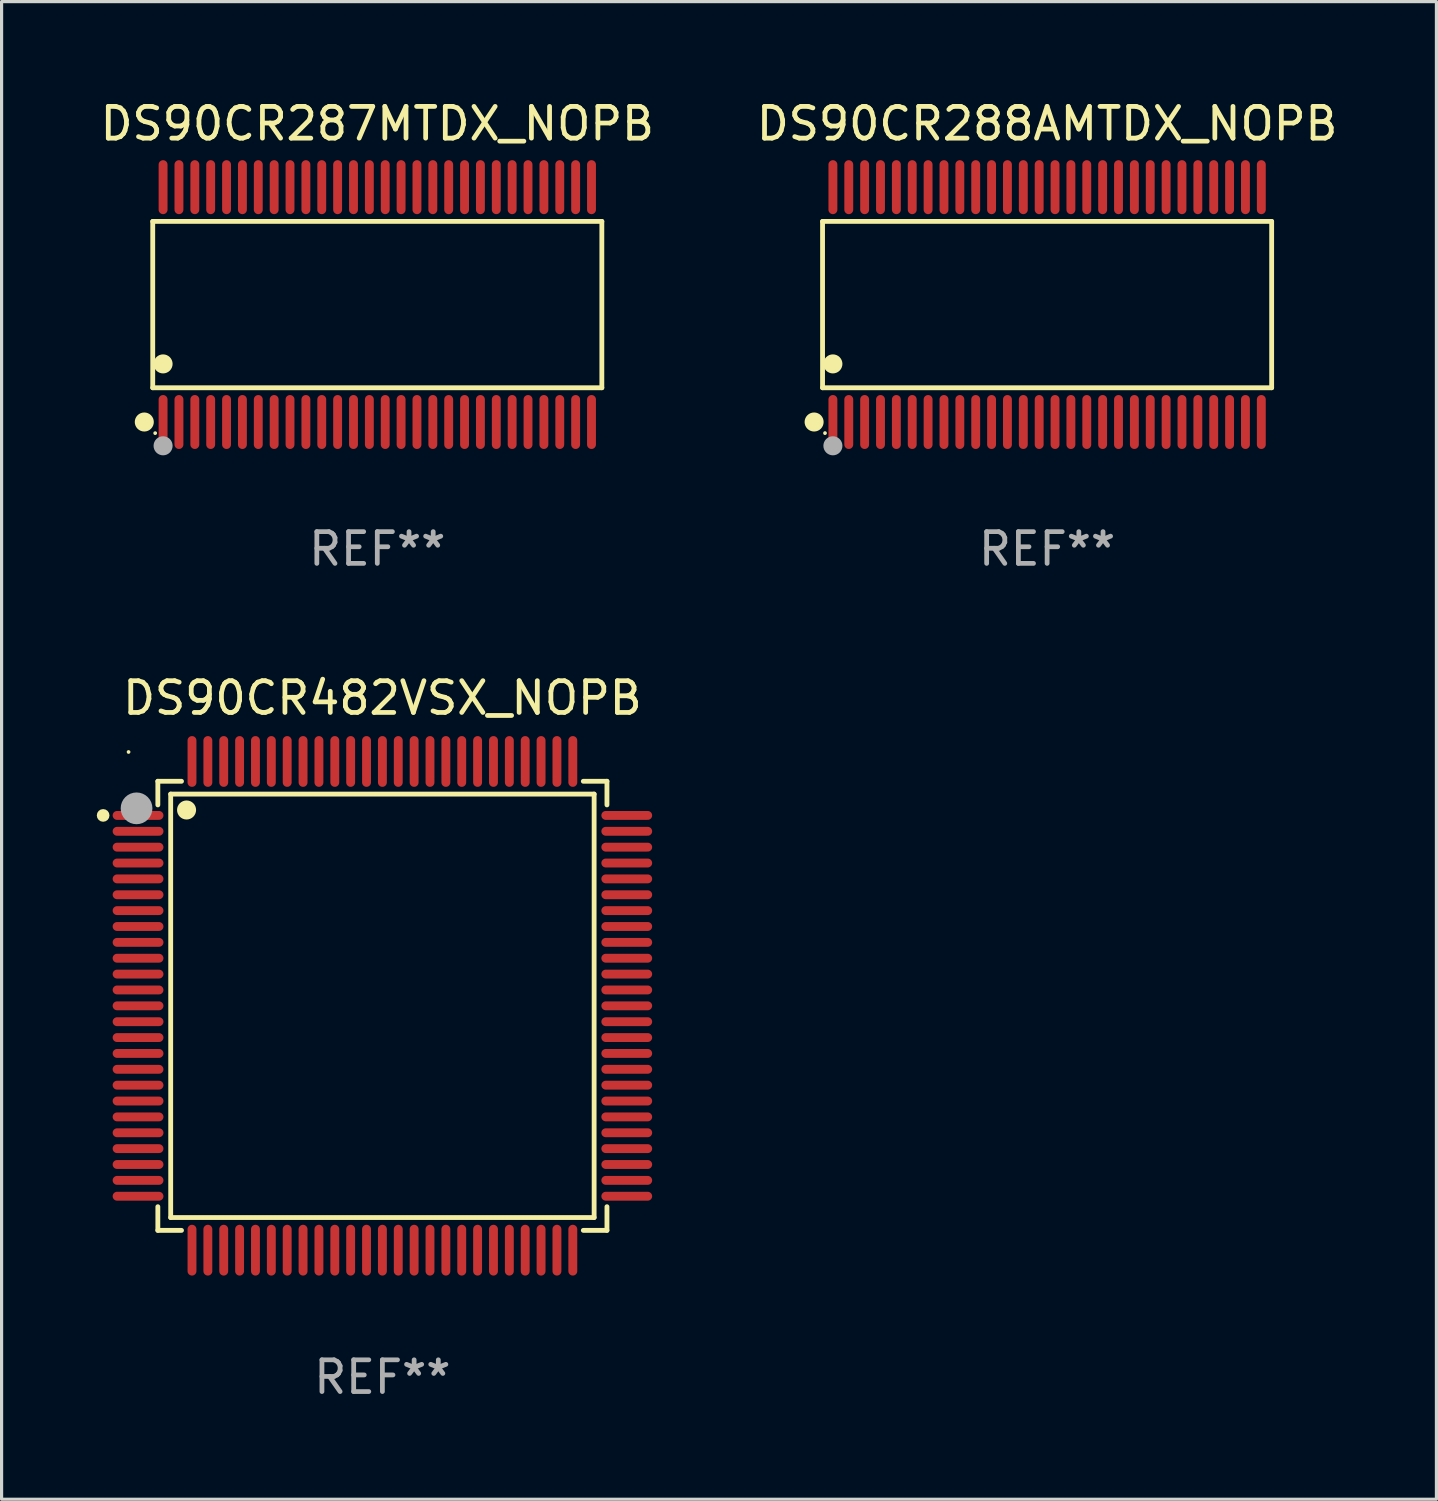
<source format=kicad_pcb>
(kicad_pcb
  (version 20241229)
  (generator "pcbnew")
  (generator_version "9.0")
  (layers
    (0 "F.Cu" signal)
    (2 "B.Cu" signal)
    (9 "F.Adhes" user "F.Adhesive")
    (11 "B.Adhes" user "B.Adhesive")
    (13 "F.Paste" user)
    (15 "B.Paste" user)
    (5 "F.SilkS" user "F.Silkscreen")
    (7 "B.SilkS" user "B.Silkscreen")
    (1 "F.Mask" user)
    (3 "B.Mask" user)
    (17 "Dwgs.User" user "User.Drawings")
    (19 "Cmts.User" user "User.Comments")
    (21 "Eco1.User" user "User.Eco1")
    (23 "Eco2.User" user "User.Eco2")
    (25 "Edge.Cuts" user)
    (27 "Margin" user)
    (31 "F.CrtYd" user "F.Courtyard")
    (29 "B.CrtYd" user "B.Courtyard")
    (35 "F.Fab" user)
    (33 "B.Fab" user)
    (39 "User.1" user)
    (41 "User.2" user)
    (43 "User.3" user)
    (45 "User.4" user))
  (footprint "DS90CR287MTDX_NOPB"
    (layer "F.Cu")
    (at 8.839 6.548)
    (property "Reference" "DS90CR287MTDX_NOPB" (at 0 -5.7 0) (layer "F.SilkS") (effects (font (size 1 1) (thickness 0.15))))
    (attr through_hole)
    (fp_line (start -7.076 -2.621) (end 7.076 -2.621) (stroke (width 0.152) (type solid)) (layer "F.SilkS"))
    (fp_line (start -7.076 2.621) (end -7.076 -2.621) (stroke (width 0.152) (type solid)) (layer "F.SilkS"))
    (fp_line (start 7.076 -2.621) (end 7.076 2.621) (stroke (width 0.152) (type solid)) (layer "F.SilkS"))
    (fp_line (start 7.076 2.621) (end -7.076 2.621) (stroke (width 0.152) (type solid)) (layer "F.SilkS"))
    (fp_circle (center -7.342 3.7) (end -7.192 3.7) (stroke (width 0.3) (type solid)) (fill no) (layer "F.SilkS"))
    (fp_circle (center -7 4.05) (end -6.97 4.05) (stroke (width 0.06) (type solid)) (fill no) (layer "F.SilkS"))
    (fp_circle (center -6.75 1.869) (end -6.6 1.869) (stroke (width 0.3) (type solid)) (fill no) (layer "F.SilkS"))
    (fp_circle (center -6.75 4.45) (end -6.6 4.45) (stroke (width 0.3) (type solid)) (fill no) (layer "F.Fab"))
    (fp_text user "REF**" (at 0 7.7 0) (layer "F.Fab") (effects (font (size 1 1) (thickness 0.15))))
    (pad "1" smd oval (at -6.75 3.7) (size 0.28 1.7) (layers "F.Cu" "F.Mask" "F.Paste"))
    (pad "2" smd oval (at -6.25 3.7) (size 0.28 1.7) (layers "F.Cu" "F.Mask" "F.Paste"))
    (pad "3" smd oval (at -5.75 3.7) (size 0.28 1.7) (layers "F.Cu" "F.Mask" "F.Paste"))
    (pad "4" smd oval (at -5.25 3.7) (size 0.28 1.7) (layers "F.Cu" "F.Mask" "F.Paste"))
    (pad "5" smd oval (at -4.75 3.7) (size 0.28 1.7) (layers "F.Cu" "F.Mask" "F.Paste"))
    (pad "6" smd oval (at -4.25 3.7) (size 0.28 1.7) (layers "F.Cu" "F.Mask" "F.Paste"))
    (pad "7" smd oval (at -3.75 3.7) (size 0.28 1.7) (layers "F.Cu" "F.Mask" "F.Paste"))
    (pad "8" smd oval (at -3.25 3.7) (size 0.28 1.7) (layers "F.Cu" "F.Mask" "F.Paste"))
    (pad "9" smd oval (at -2.75 3.7) (size 0.28 1.7) (layers "F.Cu" "F.Mask" "F.Paste"))
    (pad "10" smd oval (at -2.25 3.7) (size 0.28 1.7) (layers "F.Cu" "F.Mask" "F.Paste"))
    (pad "11" smd oval (at -1.75 3.7) (size 0.28 1.7) (layers "F.Cu" "F.Mask" "F.Paste"))
    (pad "12" smd oval (at -1.25 3.7) (size 0.28 1.7) (layers "F.Cu" "F.Mask" "F.Paste"))
    (pad "13" smd oval (at -0.75 3.7) (size 0.28 1.7) (layers "F.Cu" "F.Mask" "F.Paste"))
    (pad "14" smd oval (at -0.25 3.7) (size 0.28 1.7) (layers "F.Cu" "F.Mask" "F.Paste"))
    (pad "15" smd oval (at 0.25 3.7) (size 0.28 1.7) (layers "F.Cu" "F.Mask" "F.Paste"))
    (pad "16" smd oval (at 0.75 3.7) (size 0.28 1.7) (layers "F.Cu" "F.Mask" "F.Paste"))
    (pad "17" smd oval (at 1.25 3.7) (size 0.28 1.7) (layers "F.Cu" "F.Mask" "F.Paste"))
    (pad "18" smd oval (at 1.75 3.7) (size 0.28 1.7) (layers "F.Cu" "F.Mask" "F.Paste"))
    (pad "19" smd oval (at 2.25 3.7) (size 0.28 1.7) (layers "F.Cu" "F.Mask" "F.Paste"))
    (pad "20" smd oval (at 2.75 3.7) (size 0.28 1.7) (layers "F.Cu" "F.Mask" "F.Paste"))
    (pad "21" smd oval (at 3.25 3.7) (size 0.28 1.7) (layers "F.Cu" "F.Mask" "F.Paste"))
    (pad "22" smd oval (at 3.75 3.7) (size 0.28 1.7) (layers "F.Cu" "F.Mask" "F.Paste"))
    (pad "23" smd oval (at 4.25 3.7) (size 0.28 1.7) (layers "F.Cu" "F.Mask" "F.Paste"))
    (pad "24" smd oval (at 4.75 3.7) (size 0.28 1.7) (layers "F.Cu" "F.Mask" "F.Paste"))
    (pad "25" smd oval (at 5.25 3.7) (size 0.28 1.7) (layers "F.Cu" "F.Mask" "F.Paste"))
    (pad "26" smd oval (at 5.75 3.7) (size 0.28 1.7) (layers "F.Cu" "F.Mask" "F.Paste"))
    (pad "27" smd oval (at 6.25 3.7) (size 0.28 1.7) (layers "F.Cu" "F.Mask" "F.Paste"))
    (pad "28" smd oval (at 6.75 3.7) (size 0.28 1.7) (layers "F.Cu" "F.Mask" "F.Paste"))
    (pad "29" smd oval (at 6.75 -3.7) (size 0.28 1.7) (layers "F.Cu" "F.Mask" "F.Paste"))
    (pad "30" smd oval (at 6.25 -3.7) (size 0.28 1.7) (layers "F.Cu" "F.Mask" "F.Paste"))
    (pad "31" smd oval (at 5.75 -3.7) (size 0.28 1.7) (layers "F.Cu" "F.Mask" "F.Paste"))
    (pad "32" smd oval (at 5.25 -3.7) (size 0.28 1.7) (layers "F.Cu" "F.Mask" "F.Paste"))
    (pad "33" smd oval (at 4.75 -3.7) (size 0.28 1.7) (layers "F.Cu" "F.Mask" "F.Paste"))
    (pad "34" smd oval (at 4.25 -3.7) (size 0.28 1.7) (layers "F.Cu" "F.Mask" "F.Paste"))
    (pad "35" smd oval (at 3.75 -3.7) (size 0.28 1.7) (layers "F.Cu" "F.Mask" "F.Paste"))
    (pad "36" smd oval (at 3.25 -3.7) (size 0.28 1.7) (layers "F.Cu" "F.Mask" "F.Paste"))
    (pad "37" smd oval (at 2.75 -3.7) (size 0.28 1.7) (layers "F.Cu" "F.Mask" "F.Paste"))
    (pad "38" smd oval (at 2.25 -3.7) (size 0.28 1.7) (layers "F.Cu" "F.Mask" "F.Paste"))
    (pad "39" smd oval (at 1.75 -3.7) (size 0.28 1.7) (layers "F.Cu" "F.Mask" "F.Paste"))
    (pad "40" smd oval (at 1.25 -3.7) (size 0.28 1.7) (layers "F.Cu" "F.Mask" "F.Paste"))
    (pad "41" smd oval (at 0.75 -3.7) (size 0.28 1.7) (layers "F.Cu" "F.Mask" "F.Paste"))
    (pad "42" smd oval (at 0.25 -3.7) (size 0.28 1.7) (layers "F.Cu" "F.Mask" "F.Paste"))
    (pad "43" smd oval (at -0.25 -3.7) (size 0.28 1.7) (layers "F.Cu" "F.Mask" "F.Paste"))
    (pad "44" smd oval (at -0.75 -3.7) (size 0.28 1.7) (layers "F.Cu" "F.Mask" "F.Paste"))
    (pad "45" smd oval (at -1.25 -3.7) (size 0.28 1.7) (layers "F.Cu" "F.Mask" "F.Paste"))
    (pad "46" smd oval (at -1.75 -3.7) (size 0.28 1.7) (layers "F.Cu" "F.Mask" "F.Paste"))
    (pad "47" smd oval (at -2.25 -3.7) (size 0.28 1.7) (layers "F.Cu" "F.Mask" "F.Paste"))
    (pad "48" smd oval (at -2.75 -3.7) (size 0.28 1.7) (layers "F.Cu" "F.Mask" "F.Paste"))
    (pad "49" smd oval (at -3.25 -3.7) (size 0.28 1.7) (layers "F.Cu" "F.Mask" "F.Paste"))
    (pad "50" smd oval (at -3.75 -3.7) (size 0.28 1.7) (layers "F.Cu" "F.Mask" "F.Paste"))
    (pad "51" smd oval (at -4.25 -3.7) (size 0.28 1.7) (layers "F.Cu" "F.Mask" "F.Paste"))
    (pad "52" smd oval (at -4.75 -3.7) (size 0.28 1.7) (layers "F.Cu" "F.Mask" "F.Paste"))
    (pad "53" smd oval (at -5.25 -3.7) (size 0.28 1.7) (layers "F.Cu" "F.Mask" "F.Paste"))
    (pad "54" smd oval (at -5.75 -3.7) (size 0.28 1.7) (layers "F.Cu" "F.Mask" "F.Paste"))
    (pad "55" smd oval (at -6.25 -3.7) (size 0.28 1.7) (layers "F.Cu" "F.Mask" "F.Paste"))
    (pad "56" smd oval (at -6.75 -3.7) (size 0.28 1.7) (layers "F.Cu" "F.Mask" "F.Paste")))
  (footprint "DS90CR482VSX_NOPB"
    (layer "F.Cu")
    (at 9 28.645)
    (property "Reference" "DS90CR482VSX_NOPB" (at 0 -9.7 0) (layer "F.SilkS") (effects (font (size 1 1) (thickness 0.15))))
    (attr through_hole)
    (fp_line (start -7.076 -7.076) (end -7.076 -6.331) (stroke (width 0.152) (type solid)) (layer "F.SilkS"))
    (fp_line (start -7.076 7.076) (end -7.076 6.33) (stroke (width 0.152) (type solid)) (layer "F.SilkS"))
    (fp_line (start -6.671 -6.672) (end 6.672 -6.672) (stroke (width 0.152) (type solid)) (layer "F.SilkS"))
    (fp_line (start -6.671 6.671) (end -6.671 -6.672) (stroke (width 0.152) (type solid)) (layer "F.SilkS"))
    (fp_line (start -6.33 -7.076) (end -7.076 -7.076) (stroke (width 0.152) (type solid)) (layer "F.SilkS"))
    (fp_line (start -6.33 7.076) (end -7.076 7.076) (stroke (width 0.152) (type solid)) (layer "F.SilkS"))
    (fp_line (start 6.331 -7.076) (end 7.076 -7.076) (stroke (width 0.152) (type solid)) (layer "F.SilkS"))
    (fp_line (start 6.331 7.076) (end 7.076 7.076) (stroke (width 0.152) (type solid)) (layer "F.SilkS"))
    (fp_line (start 6.672 -6.672) (end 6.672 6.671) (stroke (width 0.152) (type solid)) (layer "F.SilkS"))
    (fp_line (start 6.672 6.671) (end -6.671 6.671) (stroke (width 0.152) (type solid)) (layer "F.SilkS"))
    (fp_line (start 7.076 -7.076) (end 7.076 -6.331) (stroke (width 0.152) (type solid)) (layer "F.SilkS"))
    (fp_line (start 7.076 7.076) (end 7.076 6.33) (stroke (width 0.152) (type solid)) (layer "F.SilkS"))
    (fp_circle (center -8.8 -6) (end -8.7 -6) (stroke (width 0.2) (type solid)) (fill no) (layer "F.SilkS"))
    (fp_circle (center -8 -8) (end -7.97 -8) (stroke (width 0.06) (type solid)) (fill no) (layer "F.SilkS"))
    (fp_circle (center -6.171 -6.171) (end -6.021 -6.171) (stroke (width 0.3) (type solid)) (fill no) (layer "F.SilkS"))
    (fp_circle (center -7.747 -6.223) (end -7.497 -6.223) (stroke (width 0.5) (type solid)) (fill no) (layer "F.Fab"))
    (fp_text user "REF**" (at 0 11.7 0) (layer "F.Fab") (effects (font (size 1 1) (thickness 0.15))))
    (pad "1" smd oval (at -7.7 -6) (size 1.6 0.28) (layers "F.Cu" "F.Mask" "F.Paste"))
    (pad "2" smd oval (at -7.7 -5.5) (size 1.6 0.28) (layers "F.Cu" "F.Mask" "F.Paste"))
    (pad "3" smd oval (at -7.7 -5) (size 1.6 0.28) (layers "F.Cu" "F.Mask" "F.Paste"))
    (pad "4" smd oval (at -7.7 -4.5) (size 1.6 0.28) (layers "F.Cu" "F.Mask" "F.Paste"))
    (pad "5" smd oval (at -7.7 -4) (size 1.6 0.28) (layers "F.Cu" "F.Mask" "F.Paste"))
    (pad "6" smd oval (at -7.7 -3.5) (size 1.6 0.28) (layers "F.Cu" "F.Mask" "F.Paste"))
    (pad "7" smd oval (at -7.7 -3) (size 1.6 0.28) (layers "F.Cu" "F.Mask" "F.Paste"))
    (pad "8" smd oval (at -7.7 -2.5) (size 1.6 0.28) (layers "F.Cu" "F.Mask" "F.Paste"))
    (pad "9" smd oval (at -7.7 -2) (size 1.6 0.28) (layers "F.Cu" "F.Mask" "F.Paste"))
    (pad "10" smd oval (at -7.7 -1.5) (size 1.6 0.28) (layers "F.Cu" "F.Mask" "F.Paste"))
    (pad "11" smd oval (at -7.7 -1) (size 1.6 0.28) (layers "F.Cu" "F.Mask" "F.Paste"))
    (pad "12" smd oval (at -7.7 -0.5) (size 1.6 0.28) (layers "F.Cu" "F.Mask" "F.Paste"))
    (pad "13" smd oval (at -7.7 0) (size 1.6 0.28) (layers "F.Cu" "F.Mask" "F.Paste"))
    (pad "14" smd oval (at -7.7 0.5) (size 1.6 0.28) (layers "F.Cu" "F.Mask" "F.Paste"))
    (pad "15" smd oval (at -7.7 1) (size 1.6 0.28) (layers "F.Cu" "F.Mask" "F.Paste"))
    (pad "16" smd oval (at -7.7 1.5) (size 1.6 0.28) (layers "F.Cu" "F.Mask" "F.Paste"))
    (pad "17" smd oval (at -7.7 2) (size 1.6 0.28) (layers "F.Cu" "F.Mask" "F.Paste"))
    (pad "18" smd oval (at -7.7 2.5) (size 1.6 0.28) (layers "F.Cu" "F.Mask" "F.Paste"))
    (pad "19" smd oval (at -7.7 3) (size 1.6 0.28) (layers "F.Cu" "F.Mask" "F.Paste"))
    (pad "20" smd oval (at -7.7 3.5) (size 1.6 0.28) (layers "F.Cu" "F.Mask" "F.Paste"))
    (pad "21" smd oval (at -7.7 4) (size 1.6 0.28) (layers "F.Cu" "F.Mask" "F.Paste"))
    (pad "22" smd oval (at -7.7 4.5) (size 1.6 0.28) (layers "F.Cu" "F.Mask" "F.Paste"))
    (pad "23" smd oval (at -7.7 5) (size 1.6 0.28) (layers "F.Cu" "F.Mask" "F.Paste"))
    (pad "24" smd oval (at -7.7 5.5) (size 1.6 0.28) (layers "F.Cu" "F.Mask" "F.Paste"))
    (pad "25" smd oval (at -7.7 6) (size 1.6 0.28) (layers "F.Cu" "F.Mask" "F.Paste"))
    (pad "26" smd oval (at -6 7.7) (size 0.28 1.6) (layers "F.Cu" "F.Mask" "F.Paste"))
    (pad "27" smd oval (at -5.5 7.7) (size 0.28 1.6) (layers "F.Cu" "F.Mask" "F.Paste"))
    (pad "28" smd oval (at -5 7.7) (size 0.28 1.6) (layers "F.Cu" "F.Mask" "F.Paste"))
    (pad "29" smd oval (at -4.5 7.7) (size 0.28 1.6) (layers "F.Cu" "F.Mask" "F.Paste"))
    (pad "30" smd oval (at -4 7.7) (size 0.28 1.6) (layers "F.Cu" "F.Mask" "F.Paste"))
    (pad "31" smd oval (at -3.5 7.7) (size 0.28 1.6) (layers "F.Cu" "F.Mask" "F.Paste"))
    (pad "32" smd oval (at -3 7.7) (size 0.28 1.6) (layers "F.Cu" "F.Mask" "F.Paste"))
    (pad "33" smd oval (at -2.5 7.7) (size 0.28 1.6) (layers "F.Cu" "F.Mask" "F.Paste"))
    (pad "34" smd oval (at -2 7.7) (size 0.28 1.6) (layers "F.Cu" "F.Mask" "F.Paste"))
    (pad "35" smd oval (at -1.5 7.7) (size 0.28 1.6) (layers "F.Cu" "F.Mask" "F.Paste"))
    (pad "36" smd oval (at -1 7.7) (size 0.28 1.6) (layers "F.Cu" "F.Mask" "F.Paste"))
    (pad "37" smd oval (at -0.5 7.7) (size 0.28 1.6) (layers "F.Cu" "F.Mask" "F.Paste"))
    (pad "38" smd oval (at 0 7.7) (size 0.28 1.6) (layers "F.Cu" "F.Mask" "F.Paste"))
    (pad "39" smd oval (at 0.5 7.7) (size 0.28 1.6) (layers "F.Cu" "F.Mask" "F.Paste"))
    (pad "40" smd oval (at 1 7.7) (size 0.28 1.6) (layers "F.Cu" "F.Mask" "F.Paste"))
    (pad "41" smd oval (at 1.5 7.7) (size 0.28 1.6) (layers "F.Cu" "F.Mask" "F.Paste"))
    (pad "42" smd oval (at 2 7.7) (size 0.28 1.6) (layers "F.Cu" "F.Mask" "F.Paste"))
    (pad "43" smd oval (at 2.5 7.7) (size 0.28 1.6) (layers "F.Cu" "F.Mask" "F.Paste"))
    (pad "44" smd oval (at 3 7.7) (size 0.28 1.6) (layers "F.Cu" "F.Mask" "F.Paste"))
    (pad "45" smd oval (at 3.5 7.7) (size 0.28 1.6) (layers "F.Cu" "F.Mask" "F.Paste"))
    (pad "46" smd oval (at 4 7.7) (size 0.28 1.6) (layers "F.Cu" "F.Mask" "F.Paste"))
    (pad "47" smd oval (at 4.5 7.7) (size 0.28 1.6) (layers "F.Cu" "F.Mask" "F.Paste"))
    (pad "48" smd oval (at 5 7.7) (size 0.28 1.6) (layers "F.Cu" "F.Mask" "F.Paste"))
    (pad "49" smd oval (at 5.5 7.7) (size 0.28 1.6) (layers "F.Cu" "F.Mask" "F.Paste"))
    (pad "50" smd oval (at 6 7.7) (size 0.28 1.6) (layers "F.Cu" "F.Mask" "F.Paste"))
    (pad "51" smd oval (at 7.7 6) (size 1.6 0.28) (layers "F.Cu" "F.Mask" "F.Paste"))
    (pad "52" smd oval (at 7.7 5.5) (size 1.6 0.28) (layers "F.Cu" "F.Mask" "F.Paste"))
    (pad "53" smd oval (at 7.7 5) (size 1.6 0.28) (layers "F.Cu" "F.Mask" "F.Paste"))
    (pad "54" smd oval (at 7.7 4.5) (size 1.6 0.28) (layers "F.Cu" "F.Mask" "F.Paste"))
    (pad "55" smd oval (at 7.7 4) (size 1.6 0.28) (layers "F.Cu" "F.Mask" "F.Paste"))
    (pad "56" smd oval (at 7.7 3.5) (size 1.6 0.28) (layers "F.Cu" "F.Mask" "F.Paste"))
    (pad "57" smd oval (at 7.7 3) (size 1.6 0.28) (layers "F.Cu" "F.Mask" "F.Paste"))
    (pad "58" smd oval (at 7.7 2.5) (size 1.6 0.28) (layers "F.Cu" "F.Mask" "F.Paste"))
    (pad "59" smd oval (at 7.7 2) (size 1.6 0.28) (layers "F.Cu" "F.Mask" "F.Paste"))
    (pad "60" smd oval (at 7.7 1.5) (size 1.6 0.28) (layers "F.Cu" "F.Mask" "F.Paste"))
    (pad "61" smd oval (at 7.7 1) (size 1.6 0.28) (layers "F.Cu" "F.Mask" "F.Paste"))
    (pad "62" smd oval (at 7.7 0.5) (size 1.6 0.28) (layers "F.Cu" "F.Mask" "F.Paste"))
    (pad "63" smd oval (at 7.7 0) (size 1.6 0.28) (layers "F.Cu" "F.Mask" "F.Paste"))
    (pad "64" smd oval (at 7.7 -0.5) (size 1.6 0.28) (layers "F.Cu" "F.Mask" "F.Paste"))
    (pad "65" smd oval (at 7.7 -1) (size 1.6 0.28) (layers "F.Cu" "F.Mask" "F.Paste"))
    (pad "66" smd oval (at 7.7 -1.5) (size 1.6 0.28) (layers "F.Cu" "F.Mask" "F.Paste"))
    (pad "67" smd oval (at 7.7 -2) (size 1.6 0.28) (layers "F.Cu" "F.Mask" "F.Paste"))
    (pad "68" smd oval (at 7.7 -2.5) (size 1.6 0.28) (layers "F.Cu" "F.Mask" "F.Paste"))
    (pad "69" smd oval (at 7.7 -3) (size 1.6 0.28) (layers "F.Cu" "F.Mask" "F.Paste"))
    (pad "70" smd oval (at 7.7 -3.5) (size 1.6 0.28) (layers "F.Cu" "F.Mask" "F.Paste"))
    (pad "71" smd oval (at 7.7 -4) (size 1.6 0.28) (layers "F.Cu" "F.Mask" "F.Paste"))
    (pad "72" smd oval (at 7.7 -4.5) (size 1.6 0.28) (layers "F.Cu" "F.Mask" "F.Paste"))
    (pad "73" smd oval (at 7.7 -5) (size 1.6 0.28) (layers "F.Cu" "F.Mask" "F.Paste"))
    (pad "74" smd oval (at 7.7 -5.5) (size 1.6 0.28) (layers "F.Cu" "F.Mask" "F.Paste"))
    (pad "75" smd oval (at 7.7 -6) (size 1.6 0.28) (layers "F.Cu" "F.Mask" "F.Paste"))
    (pad "76" smd oval (at 6 -7.7) (size 0.28 1.6) (layers "F.Cu" "F.Mask" "F.Paste"))
    (pad "77" smd oval (at 5.5 -7.7) (size 0.28 1.6) (layers "F.Cu" "F.Mask" "F.Paste"))
    (pad "78" smd oval (at 5 -7.7) (size 0.28 1.6) (layers "F.Cu" "F.Mask" "F.Paste"))
    (pad "79" smd oval (at 4.5 -7.7) (size 0.28 1.6) (layers "F.Cu" "F.Mask" "F.Paste"))
    (pad "80" smd oval (at 4 -7.7) (size 0.28 1.6) (layers "F.Cu" "F.Mask" "F.Paste"))
    (pad "81" smd oval (at 3.5 -7.7) (size 0.28 1.6) (layers "F.Cu" "F.Mask" "F.Paste"))
    (pad "82" smd oval (at 3 -7.7) (size 0.28 1.6) (layers "F.Cu" "F.Mask" "F.Paste"))
    (pad "83" smd oval (at 2.5 -7.7) (size 0.28 1.6) (layers "F.Cu" "F.Mask" "F.Paste"))
    (pad "84" smd oval (at 2 -7.7) (size 0.28 1.6) (layers "F.Cu" "F.Mask" "F.Paste"))
    (pad "85" smd oval (at 1.5 -7.7) (size 0.28 1.6) (layers "F.Cu" "F.Mask" "F.Paste"))
    (pad "86" smd oval (at 1 -7.7) (size 0.28 1.6) (layers "F.Cu" "F.Mask" "F.Paste"))
    (pad "87" smd oval (at 0.5 -7.7) (size 0.28 1.6) (layers "F.Cu" "F.Mask" "F.Paste"))
    (pad "88" smd oval (at 0 -7.7) (size 0.28 1.6) (layers "F.Cu" "F.Mask" "F.Paste"))
    (pad "89" smd oval (at -0.5 -7.7) (size 0.28 1.6) (layers "F.Cu" "F.Mask" "F.Paste"))
    (pad "90" smd oval (at -1 -7.7) (size 0.28 1.6) (layers "F.Cu" "F.Mask" "F.Paste"))
    (pad "91" smd oval (at -1.5 -7.7) (size 0.28 1.6) (layers "F.Cu" "F.Mask" "F.Paste"))
    (pad "92" smd oval (at -2 -7.7) (size 0.28 1.6) (layers "F.Cu" "F.Mask" "F.Paste"))
    (pad "93" smd oval (at -2.5 -7.7) (size 0.28 1.6) (layers "F.Cu" "F.Mask" "F.Paste"))
    (pad "94" smd oval (at -3 -7.7) (size 0.28 1.6) (layers "F.Cu" "F.Mask" "F.Paste"))
    (pad "95" smd oval (at -3.5 -7.7) (size 0.28 1.6) (layers "F.Cu" "F.Mask" "F.Paste"))
    (pad "96" smd oval (at -4 -7.7) (size 0.28 1.6) (layers "F.Cu" "F.Mask" "F.Paste"))
    (pad "97" smd oval (at -4.5 -7.7) (size 0.28 1.6) (layers "F.Cu" "F.Mask" "F.Paste"))
    (pad "98" smd oval (at -5 -7.7) (size 0.28 1.6) (layers "F.Cu" "F.Mask" "F.Paste"))
    (pad "99" smd oval (at -5.5 -7.7) (size 0.28 1.6) (layers "F.Cu" "F.Mask" "F.Paste"))
    (pad "100" smd oval (at -6 -7.7) (size 0.28 1.6) (layers "F.Cu" "F.Mask" "F.Paste")))
  (footprint "DS90CR288AMTDX_NOPB"
    (layer "F.Cu")
    (at 29.946 6.548)
    (property "Reference" "DS90CR288AMTDX_NOPB" (at 0 -5.7 0) (layer "F.SilkS") (effects (font (size 1 1) (thickness 0.15))))
    (attr through_hole)
    (fp_line (start -7.076 -2.621) (end 7.076 -2.621) (stroke (width 0.152) (type solid)) (layer "F.SilkS"))
    (fp_line (start -7.076 2.621) (end -7.076 -2.621) (stroke (width 0.152) (type solid)) (layer "F.SilkS"))
    (fp_line (start 7.076 -2.621) (end 7.076 2.621) (stroke (width 0.152) (type solid)) (layer "F.SilkS"))
    (fp_line (start 7.076 2.621) (end -7.076 2.621) (stroke (width 0.152) (type solid)) (layer "F.SilkS"))
    (fp_circle (center -7.342 3.7) (end -7.192 3.7) (stroke (width 0.3) (type solid)) (fill no) (layer "F.SilkS"))
    (fp_circle (center -7 4.05) (end -6.97 4.05) (stroke (width 0.06) (type solid)) (fill no) (layer "F.SilkS"))
    (fp_circle (center -6.75 1.869) (end -6.6 1.869) (stroke (width 0.3) (type solid)) (fill no) (layer "F.SilkS"))
    (fp_circle (center -6.75 4.45) (end -6.6 4.45) (stroke (width 0.3) (type solid)) (fill no) (layer "F.Fab"))
    (fp_text user "REF**" (at 0 7.7 0) (layer "F.Fab") (effects (font (size 1 1) (thickness 0.15))))
    (pad "1" smd oval (at -6.75 3.7) (size 0.28 1.7) (layers "F.Cu" "F.Mask" "F.Paste"))
    (pad "2" smd oval (at -6.25 3.7) (size 0.28 1.7) (layers "F.Cu" "F.Mask" "F.Paste"))
    (pad "3" smd oval (at -5.75 3.7) (size 0.28 1.7) (layers "F.Cu" "F.Mask" "F.Paste"))
    (pad "4" smd oval (at -5.25 3.7) (size 0.28 1.7) (layers "F.Cu" "F.Mask" "F.Paste"))
    (pad "5" smd oval (at -4.75 3.7) (size 0.28 1.7) (layers "F.Cu" "F.Mask" "F.Paste"))
    (pad "6" smd oval (at -4.25 3.7) (size 0.28 1.7) (layers "F.Cu" "F.Mask" "F.Paste"))
    (pad "7" smd oval (at -3.75 3.7) (size 0.28 1.7) (layers "F.Cu" "F.Mask" "F.Paste"))
    (pad "8" smd oval (at -3.25 3.7) (size 0.28 1.7) (layers "F.Cu" "F.Mask" "F.Paste"))
    (pad "9" smd oval (at -2.75 3.7) (size 0.28 1.7) (layers "F.Cu" "F.Mask" "F.Paste"))
    (pad "10" smd oval (at -2.25 3.7) (size 0.28 1.7) (layers "F.Cu" "F.Mask" "F.Paste"))
    (pad "11" smd oval (at -1.75 3.7) (size 0.28 1.7) (layers "F.Cu" "F.Mask" "F.Paste"))
    (pad "12" smd oval (at -1.25 3.7) (size 0.28 1.7) (layers "F.Cu" "F.Mask" "F.Paste"))
    (pad "13" smd oval (at -0.75 3.7) (size 0.28 1.7) (layers "F.Cu" "F.Mask" "F.Paste"))
    (pad "14" smd oval (at -0.25 3.7) (size 0.28 1.7) (layers "F.Cu" "F.Mask" "F.Paste"))
    (pad "15" smd oval (at 0.25 3.7) (size 0.28 1.7) (layers "F.Cu" "F.Mask" "F.Paste"))
    (pad "16" smd oval (at 0.75 3.7) (size 0.28 1.7) (layers "F.Cu" "F.Mask" "F.Paste"))
    (pad "17" smd oval (at 1.25 3.7) (size 0.28 1.7) (layers "F.Cu" "F.Mask" "F.Paste"))
    (pad "18" smd oval (at 1.75 3.7) (size 0.28 1.7) (layers "F.Cu" "F.Mask" "F.Paste"))
    (pad "19" smd oval (at 2.25 3.7) (size 0.28 1.7) (layers "F.Cu" "F.Mask" "F.Paste"))
    (pad "20" smd oval (at 2.75 3.7) (size 0.28 1.7) (layers "F.Cu" "F.Mask" "F.Paste"))
    (pad "21" smd oval (at 3.25 3.7) (size 0.28 1.7) (layers "F.Cu" "F.Mask" "F.Paste"))
    (pad "22" smd oval (at 3.75 3.7) (size 0.28 1.7) (layers "F.Cu" "F.Mask" "F.Paste"))
    (pad "23" smd oval (at 4.25 3.7) (size 0.28 1.7) (layers "F.Cu" "F.Mask" "F.Paste"))
    (pad "24" smd oval (at 4.75 3.7) (size 0.28 1.7) (layers "F.Cu" "F.Mask" "F.Paste"))
    (pad "25" smd oval (at 5.25 3.7) (size 0.28 1.7) (layers "F.Cu" "F.Mask" "F.Paste"))
    (pad "26" smd oval (at 5.75 3.7) (size 0.28 1.7) (layers "F.Cu" "F.Mask" "F.Paste"))
    (pad "27" smd oval (at 6.25 3.7) (size 0.28 1.7) (layers "F.Cu" "F.Mask" "F.Paste"))
    (pad "28" smd oval (at 6.75 3.7) (size 0.28 1.7) (layers "F.Cu" "F.Mask" "F.Paste"))
    (pad "29" smd oval (at 6.75 -3.7) (size 0.28 1.7) (layers "F.Cu" "F.Mask" "F.Paste"))
    (pad "30" smd oval (at 6.25 -3.7) (size 0.28 1.7) (layers "F.Cu" "F.Mask" "F.Paste"))
    (pad "31" smd oval (at 5.75 -3.7) (size 0.28 1.7) (layers "F.Cu" "F.Mask" "F.Paste"))
    (pad "32" smd oval (at 5.25 -3.7) (size 0.28 1.7) (layers "F.Cu" "F.Mask" "F.Paste"))
    (pad "33" smd oval (at 4.75 -3.7) (size 0.28 1.7) (layers "F.Cu" "F.Mask" "F.Paste"))
    (pad "34" smd oval (at 4.25 -3.7) (size 0.28 1.7) (layers "F.Cu" "F.Mask" "F.Paste"))
    (pad "35" smd oval (at 3.75 -3.7) (size 0.28 1.7) (layers "F.Cu" "F.Mask" "F.Paste"))
    (pad "36" smd oval (at 3.25 -3.7) (size 0.28 1.7) (layers "F.Cu" "F.Mask" "F.Paste"))
    (pad "37" smd oval (at 2.75 -3.7) (size 0.28 1.7) (layers "F.Cu" "F.Mask" "F.Paste"))
    (pad "38" smd oval (at 2.25 -3.7) (size 0.28 1.7) (layers "F.Cu" "F.Mask" "F.Paste"))
    (pad "39" smd oval (at 1.75 -3.7) (size 0.28 1.7) (layers "F.Cu" "F.Mask" "F.Paste"))
    (pad "40" smd oval (at 1.25 -3.7) (size 0.28 1.7) (layers "F.Cu" "F.Mask" "F.Paste"))
    (pad "41" smd oval (at 0.75 -3.7) (size 0.28 1.7) (layers "F.Cu" "F.Mask" "F.Paste"))
    (pad "42" smd oval (at 0.25 -3.7) (size 0.28 1.7) (layers "F.Cu" "F.Mask" "F.Paste"))
    (pad "43" smd oval (at -0.25 -3.7) (size 0.28 1.7) (layers "F.Cu" "F.Mask" "F.Paste"))
    (pad "44" smd oval (at -0.75 -3.7) (size 0.28 1.7) (layers "F.Cu" "F.Mask" "F.Paste"))
    (pad "45" smd oval (at -1.25 -3.7) (size 0.28 1.7) (layers "F.Cu" "F.Mask" "F.Paste"))
    (pad "46" smd oval (at -1.75 -3.7) (size 0.28 1.7) (layers "F.Cu" "F.Mask" "F.Paste"))
    (pad "47" smd oval (at -2.25 -3.7) (size 0.28 1.7) (layers "F.Cu" "F.Mask" "F.Paste"))
    (pad "48" smd oval (at -2.75 -3.7) (size 0.28 1.7) (layers "F.Cu" "F.Mask" "F.Paste"))
    (pad "49" smd oval (at -3.25 -3.7) (size 0.28 1.7) (layers "F.Cu" "F.Mask" "F.Paste"))
    (pad "50" smd oval (at -3.75 -3.7) (size 0.28 1.7) (layers "F.Cu" "F.Mask" "F.Paste"))
    (pad "51" smd oval (at -4.25 -3.7) (size 0.28 1.7) (layers "F.Cu" "F.Mask" "F.Paste"))
    (pad "52" smd oval (at -4.75 -3.7) (size 0.28 1.7) (layers "F.Cu" "F.Mask" "F.Paste"))
    (pad "53" smd oval (at -5.25 -3.7) (size 0.28 1.7) (layers "F.Cu" "F.Mask" "F.Paste"))
    (pad "54" smd oval (at -5.75 -3.7) (size 0.28 1.7) (layers "F.Cu" "F.Mask" "F.Paste"))
    (pad "55" smd oval (at -6.25 -3.7) (size 0.28 1.7) (layers "F.Cu" "F.Mask" "F.Paste"))
    (pad "56" smd oval (at -6.75 -3.7) (size 0.28 1.7) (layers "F.Cu" "F.Mask" "F.Paste")))
  (gr_rect
    (start -3 -3)
    (end 42.214 44.193)
    (stroke (width 0.1) (type default))
    (fill no)
    (layer "Edge.Cuts")))
</source>
